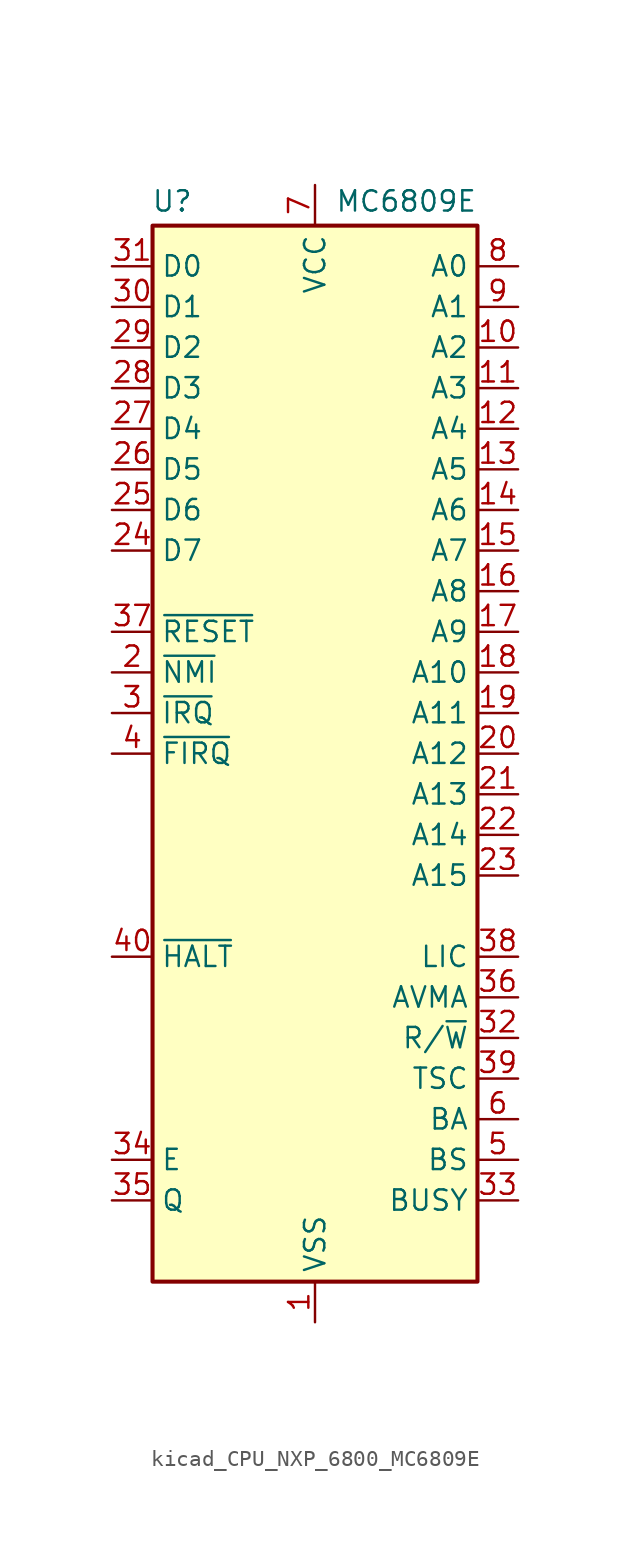
<source format=kicad_sym>
(kicad_symbol_lib
  (version 20220914)
  (generator kicad_symbol_editor)
  (symbol "kicad_CPU_NXP_6800_MC6809E"
    (property "Reference" "U"
      (at -7.62 34.544 0)
      (effects (font (size 1.27 1.27)) (justify right)))
    (property "Value" "MC6809E"
      (at 10.16 34.544 0)
      (effects (font (size 1.27 1.27)) (justify right)))
    (symbol "kicad_CPU_NXP_6800_MC6809E_0_1"
      (rectangle (start -10.16 -33.02) (end 10.16 33.02) (stroke (width 0.254) (type default)) (fill (type background))))
    (symbol "kicad_CPU_NXP_6800_MC6809E_1_1"
      (pin power_in line (at 0 -35.56 90) (length 2.54) (name "VSS" (effects (font (size 1.27 1.27)))) (number "1" (effects (font (size 1.27 1.27)))))
      (pin output line (at 12.7 25.4 180) (length 2.54) (name "A2" (effects (font (size 1.27 1.27)))) (number "10" (effects (font (size 1.27 1.27)))))
      (pin output line (at 12.7 22.86 180) (length 2.54) (name "A3" (effects (font (size 1.27 1.27)))) (number "11" (effects (font (size 1.27 1.27)))))
      (pin output line (at 12.7 20.32 180) (length 2.54) (name "A4" (effects (font (size 1.27 1.27)))) (number "12" (effects (font (size 1.27 1.27)))))
      (pin output line (at 12.7 17.78 180) (length 2.54) (name "A5" (effects (font (size 1.27 1.27)))) (number "13" (effects (font (size 1.27 1.27)))))
      (pin output line (at 12.7 15.24 180) (length 2.54) (name "A6" (effects (font (size 1.27 1.27)))) (number "14" (effects (font (size 1.27 1.27)))))
      (pin output line (at 12.7 12.7 180) (length 2.54) (name "A7" (effects (font (size 1.27 1.27)))) (number "15" (effects (font (size 1.27 1.27)))))
      (pin output line (at 12.7 10.16 180) (length 2.54) (name "A8" (effects (font (size 1.27 1.27)))) (number "16" (effects (font (size 1.27 1.27)))))
      (pin output line (at 12.7 7.62 180) (length 2.54) (name "A9" (effects (font (size 1.27 1.27)))) (number "17" (effects (font (size 1.27 1.27)))))
      (pin output line (at 12.7 5.08 180) (length 2.54) (name "A10" (effects (font (size 1.27 1.27)))) (number "18" (effects (font (size 1.27 1.27)))))
      (pin output line (at 12.7 2.54 180) (length 2.54) (name "A11" (effects (font (size 1.27 1.27)))) (number "19" (effects (font (size 1.27 1.27)))))
      (pin input line (at -12.7 5.08 0) (length 2.54) (name "~{NMI}" (effects (font (size 1.27 1.27)))) (number "2" (effects (font (size 1.27 1.27)))))
      (pin output line (at 12.7 0 180) (length 2.54) (name "A12" (effects (font (size 1.27 1.27)))) (number "20" (effects (font (size 1.27 1.27)))))
      (pin output line (at 12.7 -2.54 180) (length 2.54) (name "A13" (effects (font (size 1.27 1.27)))) (number "21" (effects (font (size 1.27 1.27)))))
      (pin output line (at 12.7 -5.08 180) (length 2.54) (name "A14" (effects (font (size 1.27 1.27)))) (number "22" (effects (font (size 1.27 1.27)))))
      (pin output line (at 12.7 -7.62 180) (length 2.54) (name "A15" (effects (font (size 1.27 1.27)))) (number "23" (effects (font (size 1.27 1.27)))))
      (pin bidirectional line (at -12.7 12.7 0) (length 2.54) (name "D7" (effects (font (size 1.27 1.27)))) (number "24" (effects (font (size 1.27 1.27)))))
      (pin bidirectional line (at -12.7 15.24 0) (length 2.54) (name "D6" (effects (font (size 1.27 1.27)))) (number "25" (effects (font (size 1.27 1.27)))))
      (pin bidirectional line (at -12.7 17.78 0) (length 2.54) (name "D5" (effects (font (size 1.27 1.27)))) (number "26" (effects (font (size 1.27 1.27)))))
      (pin bidirectional line (at -12.7 20.32 0) (length 2.54) (name "D4" (effects (font (size 1.27 1.27)))) (number "27" (effects (font (size 1.27 1.27)))))
      (pin bidirectional line (at -12.7 22.86 0) (length 2.54) (name "D3" (effects (font (size 1.27 1.27)))) (number "28" (effects (font (size 1.27 1.27)))))
      (pin bidirectional line (at -12.7 25.4 0) (length 2.54) (name "D2" (effects (font (size 1.27 1.27)))) (number "29" (effects (font (size 1.27 1.27)))))
      (pin input line (at -12.7 2.54 0) (length 2.54) (name "~{IRQ}" (effects (font (size 1.27 1.27)))) (number "3" (effects (font (size 1.27 1.27)))))
      (pin bidirectional line (at -12.7 27.94 0) (length 2.54) (name "D1" (effects (font (size 1.27 1.27)))) (number "30" (effects (font (size 1.27 1.27)))))
      (pin bidirectional line (at -12.7 30.48 0) (length 2.54) (name "D0" (effects (font (size 1.27 1.27)))) (number "31" (effects (font (size 1.27 1.27)))))
      (pin output line (at 12.7 -17.78 180) (length 2.54) (name "R/~{W}" (effects (font (size 1.27 1.27)))) (number "32" (effects (font (size 1.27 1.27)))))
      (pin output line (at 12.7 -27.94 180) (length 2.54) (name "BUSY" (effects (font (size 1.27 1.27)))) (number "33" (effects (font (size 1.27 1.27)))))
      (pin input line (at -12.7 -25.4 0) (length 2.54) (name "E" (effects (font (size 1.27 1.27)))) (number "34" (effects (font (size 1.27 1.27)))))
      (pin input line (at -12.7 -27.94 0) (length 2.54) (name "Q" (effects (font (size 1.27 1.27)))) (number "35" (effects (font (size 1.27 1.27)))))
      (pin output line (at 12.7 -15.24 180) (length 2.54) (name "AVMA" (effects (font (size 1.27 1.27)))) (number "36" (effects (font (size 1.27 1.27)))))
      (pin input line (at -12.7 7.62 0) (length 2.54) (name "~{RESET}" (effects (font (size 1.27 1.27)))) (number "37" (effects (font (size 1.27 1.27)))))
      (pin output line (at 12.7 -12.7 180) (length 2.54) (name "LIC" (effects (font (size 1.27 1.27)))) (number "38" (effects (font (size 1.27 1.27)))))
      (pin output line (at 12.7 -20.32 180) (length 2.54) (name "TSC" (effects (font (size 1.27 1.27)))) (number "39" (effects (font (size 1.27 1.27)))))
      (pin input line (at -12.7 0 0) (length 2.54) (name "~{FIRQ}" (effects (font (size 1.27 1.27)))) (number "4" (effects (font (size 1.27 1.27)))))
      (pin input line (at -12.7 -12.7 0) (length 2.54) (name "~{HALT}" (effects (font (size 1.27 1.27)))) (number "40" (effects (font (size 1.27 1.27)))))
      (pin output line (at 12.7 -25.4 180) (length 2.54) (name "BS" (effects (font (size 1.27 1.27)))) (number "5" (effects (font (size 1.27 1.27)))))
      (pin output line (at 12.7 -22.86 180) (length 2.54) (name "BA" (effects (font (size 1.27 1.27)))) (number "6" (effects (font (size 1.27 1.27)))))
      (pin power_in line (at 0 35.56 270) (length 2.54) (name "VCC" (effects (font (size 1.27 1.27)))) (number "7" (effects (font (size 1.27 1.27)))))
      (pin output line (at 12.7 30.48 180) (length 2.54) (name "A0" (effects (font (size 1.27 1.27)))) (number "8" (effects (font (size 1.27 1.27)))))
      (pin output line (at 12.7 27.94 180) (length 2.54) (name "A1" (effects (font (size 1.27 1.27)))) (number "9" (effects (font (size 1.27 1.27))))))))
</source>
